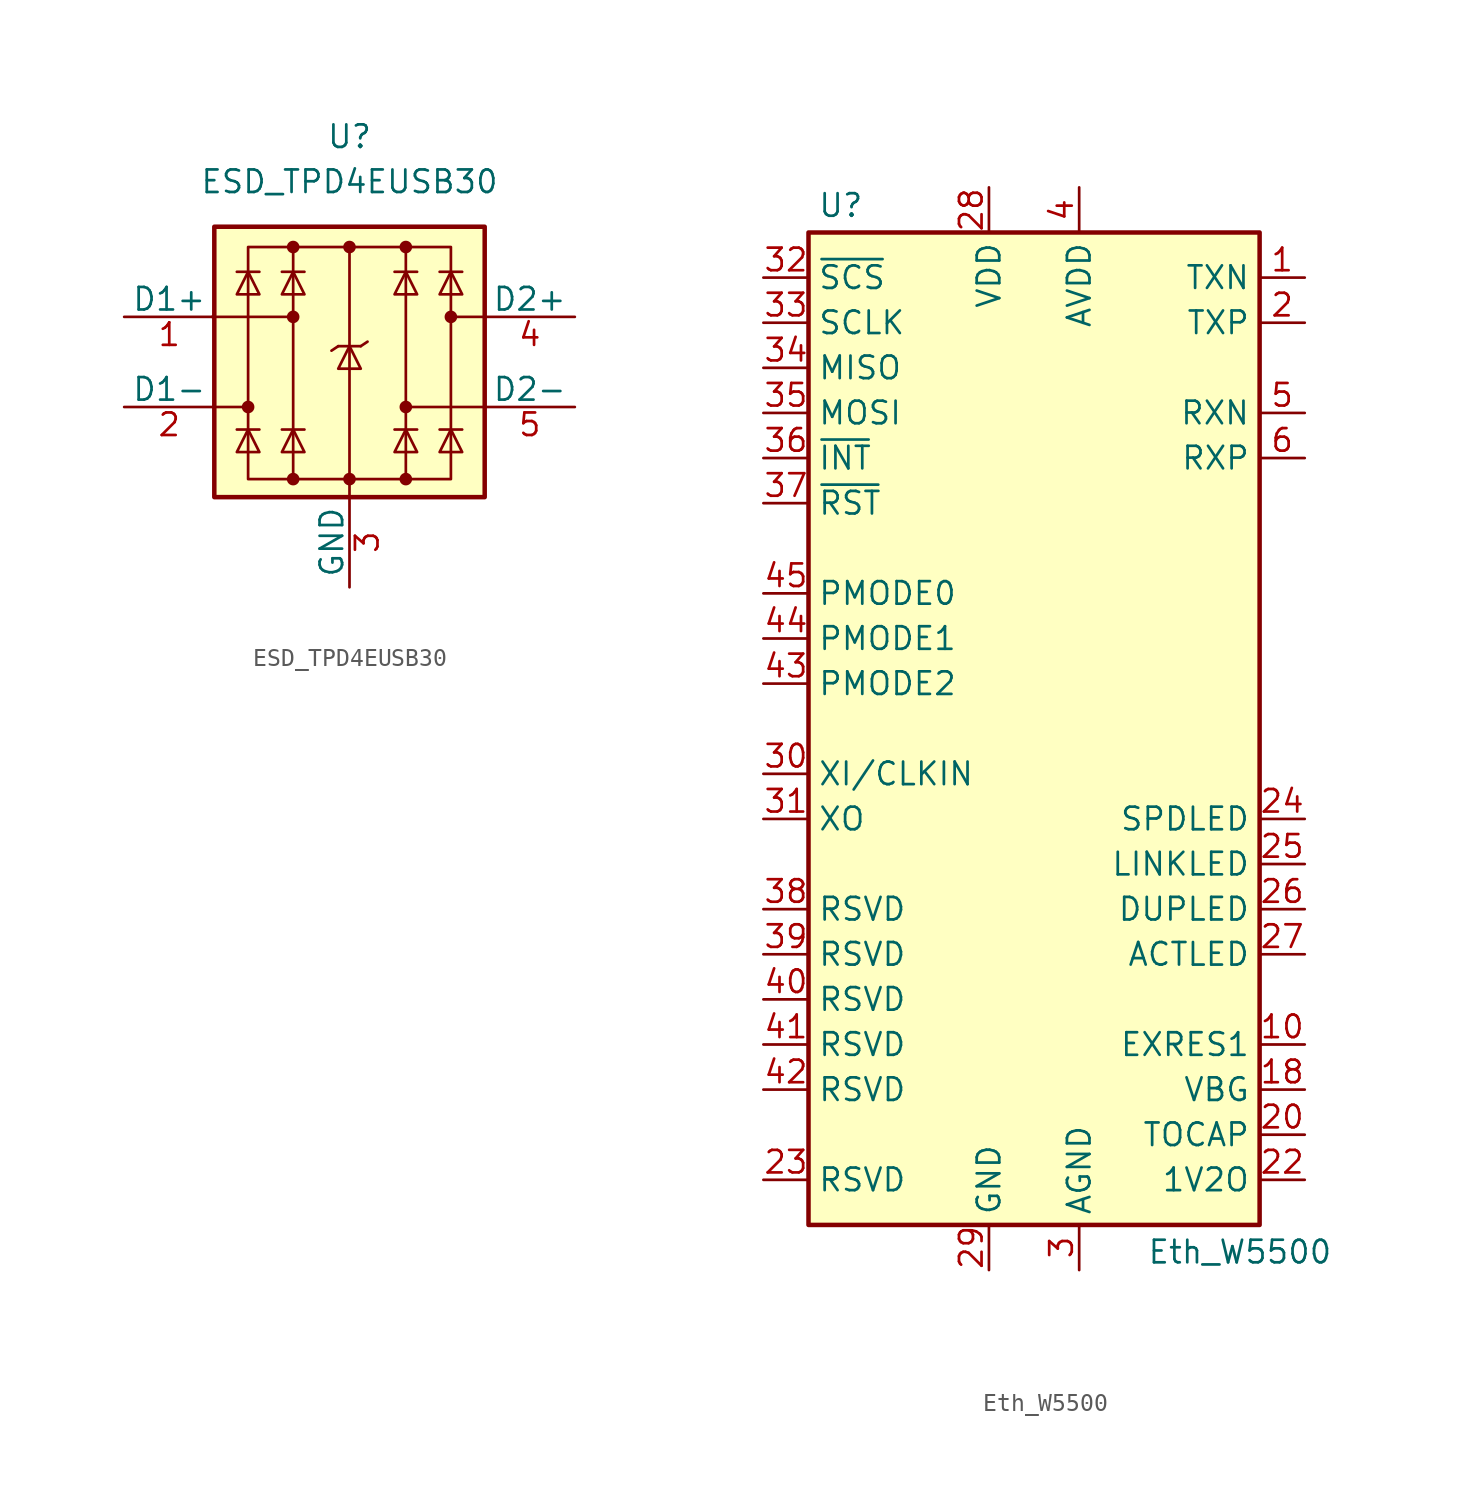
<source format=kicad_sym>
(kicad_symbol_lib
  (version 20241209)
  (generator "kicad_symbol_editor")
  (generator_version "9.0")
  (symbol "ESD_TPD4EUSB30"
    (pin_names
      (offset 0))
    (property "Reference" "U"
      (at 0 12.7 0)
      (effects (font (size 1.27 1.27))))
    (property "Value" "ESD_TPD4EUSB30"
      (at 0 10.16 0)
      (effects (font (size 1.27 1.27))))
    (symbol "ESD_TPD4EUSB30_0_0"
      (rectangle (start -5.715 6.477) (end 5.715 -6.604) (stroke (width 0) (type default)) (fill (type none)))
      (polyline (pts (xy -3.175 -6.604) (xy -3.175 6.477)) (stroke (width 0) (type default)) (fill (type none)))
      (polyline (pts (xy 0 6.477) (xy 0 -6.604)) (stroke (width 0) (type default)) (fill (type none)))
      (polyline (pts (xy 3.175 6.477) (xy 3.175 -6.604)) (stroke (width 0) (type default)) (fill (type none))))
    (symbol "ESD_TPD4EUSB30_0_1"
      (polyline (pts (xy -7.747 2.54) (xy -3.175 2.54)) (stroke (width 0) (type default)) (fill (type none)))
      (rectangle (start -7.62 7.62) (end 7.62 -7.62) (stroke (width 0.254) (type default)) (fill (type background)))
      (polyline (pts (xy -7.62 -2.54) (xy -5.715 -2.54)) (stroke (width 0) (type default)) (fill (type none)))
      (circle (center -5.715 -2.54) (radius 0.279) (stroke (width 0) (type default)) (fill (type outline)))
      (polyline (pts (xy -5.08 5.08) (xy -6.35 5.08)) (stroke (width 0) (type default)) (fill (type none)))
      (polyline (pts (xy -5.08 3.81) (xy -6.35 3.81) (xy -5.715 5.08) (xy -5.08 3.81)) (stroke (width 0) (type default)) (fill (type none)))
      (polyline (pts (xy -5.08 -3.81) (xy -6.35 -3.81)) (stroke (width 0) (type default)) (fill (type none)))
      (polyline (pts (xy -5.08 -5.08) (xy -6.35 -5.08) (xy -5.715 -3.81) (xy -5.08 -5.08)) (stroke (width 0) (type default)) (fill (type none)))
      (circle (center -3.175 6.477) (radius 0.279) (stroke (width 0) (type default)) (fill (type outline)))
      (circle (center -3.175 2.54) (radius 0.279) (stroke (width 0) (type default)) (fill (type outline)))
      (circle (center -3.175 -6.604) (radius 0.279) (stroke (width 0) (type default)) (fill (type outline)))
      (polyline (pts (xy -2.54 5.08) (xy -3.81 5.08)) (stroke (width 0) (type default)) (fill (type none)))
      (polyline (pts (xy -2.54 3.81) (xy -3.81 3.81) (xy -3.175 5.08) (xy -2.54 3.81)) (stroke (width 0) (type default)) (fill (type none)))
      (polyline (pts (xy -2.54 -3.81) (xy -3.81 -3.81)) (stroke (width 0) (type default)) (fill (type none)))
      (polyline (pts (xy -2.54 -5.08) (xy -3.81 -5.08) (xy -3.175 -3.81) (xy -2.54 -5.08)) (stroke (width 0) (type default)) (fill (type none)))
      (polyline (pts (xy -0.635 0.889) (xy -1.016 0.635)) (stroke (width 0) (type default)) (fill (type none)))
      (circle (center 0 6.477) (radius 0.279) (stroke (width 0) (type default)) (fill (type outline)))
      (polyline (pts (xy 0 -6.604) (xy 0 -7.62)) (stroke (width 0) (type default)) (fill (type none)))
      (circle (center 0 -6.604) (radius 0.279) (stroke (width 0) (type default)) (fill (type outline)))
      (polyline (pts (xy 0.635 0.889) (xy -0.635 0.889)) (stroke (width 0) (type default)) (fill (type none)))
      (polyline (pts (xy 0.635 0.889) (xy 1.016 1.143)) (stroke (width 0) (type default)) (fill (type none)))
      (polyline (pts (xy 0.635 -0.381) (xy -0.635 -0.381) (xy 0 0.889) (xy 0.635 -0.381)) (stroke (width 0) (type default)) (fill (type none)))
      (circle (center 3.175 6.477) (radius 0.279) (stroke (width 0) (type default)) (fill (type outline)))
      (circle (center 3.175 -2.54) (radius 0.279) (stroke (width 0) (type default)) (fill (type outline)))
      (circle (center 3.175 -6.604) (radius 0.279) (stroke (width 0) (type default)) (fill (type outline)))
      (polyline (pts (xy 3.81 5.08) (xy 2.54 5.08)) (stroke (width 0) (type default)) (fill (type none)))
      (polyline (pts (xy 3.81 3.81) (xy 2.54 3.81) (xy 3.175 5.08) (xy 3.81 3.81)) (stroke (width 0) (type default)) (fill (type none)))
      (polyline (pts (xy 3.81 -3.81) (xy 2.54 -3.81)) (stroke (width 0) (type default)) (fill (type none)))
      (polyline (pts (xy 3.81 -5.08) (xy 2.54 -5.08) (xy 3.175 -3.81) (xy 3.81 -5.08)) (stroke (width 0) (type default)) (fill (type none)))
      (circle (center 5.715 2.54) (radius 0.279) (stroke (width 0) (type default)) (fill (type outline)))
      (polyline (pts (xy 6.35 5.08) (xy 5.08 5.08)) (stroke (width 0) (type default)) (fill (type none)))
      (polyline (pts (xy 6.35 3.81) (xy 5.08 3.81) (xy 5.715 5.08) (xy 6.35 3.81)) (stroke (width 0) (type default)) (fill (type none)))
      (polyline (pts (xy 6.35 -3.81) (xy 5.08 -3.81)) (stroke (width 0) (type default)) (fill (type none)))
      (polyline (pts (xy 6.35 -5.08) (xy 5.08 -5.08) (xy 5.715 -3.81) (xy 6.35 -5.08)) (stroke (width 0) (type default)) (fill (type none)))
      (polyline (pts (xy 7.62 2.54) (xy 5.715 2.54)) (stroke (width 0) (type default)) (fill (type none)))
      (polyline (pts (xy 7.62 -2.54) (xy 3.175 -2.54)) (stroke (width 0) (type default)) (fill (type none))))
    (symbol "ESD_TPD4EUSB30_1_1"
      (pin passive line (at -12.7 2.54 0) (length 5.08) (name "D1+" (effects (font (size 1.27 1.27)))) (number "1" (effects (font (size 1.27 1.27)))))
      (pin passive line (at -12.7 2.54 0) (length 5.08) (hide yes) (name "~" (effects (font (size 1.27 1.27)))) (number "10" (effects (font (size 1.27 1.27)))))
      (pin passive line (at -12.7 -2.54 0) (length 5.08) (name "D1-" (effects (font (size 1.27 1.27)))) (number "2" (effects (font (size 1.27 1.27)))))
      (pin passive line (at -12.7 -2.54 0) (length 5.08) (hide yes) (name "~" (effects (font (size 1.27 1.27)))) (number "9" (effects (font (size 1.27 1.27)))))
      (pin power_in line (at 0 -12.7 90) (length 5.08) (name "GND" (effects (font (size 1.27 1.27)))) (number "3" (effects (font (size 1.27 1.27)))))
      (pin passive line (at 0 -12.7 90) (length 5.08) (hide yes) (name "GND" (effects (font (size 1.27 1.27)))) (number "8" (effects (font (size 1.27 1.27)))))
      (pin passive line (at 12.7 2.54 180) (length 5.08) (name "D2+" (effects (font (size 1.27 1.27)))) (number "4" (effects (font (size 1.27 1.27)))))
      (pin passive line (at 12.7 2.54 180) (length 5.08) (hide yes) (name "~" (effects (font (size 1.27 1.27)))) (number "7" (effects (font (size 1.27 1.27)))))
      (pin passive line (at 12.7 -2.54 180) (length 5.08) (name "D2-" (effects (font (size 1.27 1.27)))) (number "5" (effects (font (size 1.27 1.27)))))
      (pin passive line (at 12.7 -2.54 180) (length 5.08) (hide yes) (name "~" (effects (font (size 1.27 1.27)))) (number "6" (effects (font (size 1.27 1.27)))))))
  (symbol "Eth_W5500"
    (property "Reference" "U"
      (at -12.192 29.464 0)
      (effects (font (size 1.27 1.27)) (justify left)))
    (property "Value" "Eth_W5500"
      (at 6.35 -29.464 0)
      (effects (font (size 1.27 1.27)) (justify left)))
    (symbol "Eth_W5500_0_1"
      (rectangle (start -12.7 27.94) (end 12.7 -27.94) (stroke (width 0.254) (type default)) (fill (type background))))
    (symbol "Eth_W5500_1_1"
      (pin input line (at -15.24 25.4 0) (length 2.54) (name "~{SCS}" (effects (font (size 1.27 1.27)))) (number "32" (effects (font (size 1.27 1.27)))))
      (pin input line (at -15.24 22.86 0) (length 2.54) (name "SCLK" (effects (font (size 1.27 1.27)))) (number "33" (effects (font (size 1.27 1.27)))))
      (pin output line (at -15.24 20.32 0) (length 2.54) (name "MISO" (effects (font (size 1.27 1.27)))) (number "34" (effects (font (size 1.27 1.27)))))
      (pin input line (at -15.24 17.78 0) (length 2.54) (name "MOSI" (effects (font (size 1.27 1.27)))) (number "35" (effects (font (size 1.27 1.27)))))
      (pin input line (at -15.24 15.24 0) (length 2.54) (name "~{INT}" (effects (font (size 1.27 1.27)))) (number "36" (effects (font (size 1.27 1.27)))))
      (pin input line (at -15.24 12.7 0) (length 2.54) (name "~{RST}" (effects (font (size 1.27 1.27)))) (number "37" (effects (font (size 1.27 1.27)))))
      (pin input line (at -15.24 7.62 0) (length 2.54) (name "PMODE0" (effects (font (size 1.27 1.27)))) (number "45" (effects (font (size 1.27 1.27)))))
      (pin input line (at -15.24 5.08 0) (length 2.54) (name "PMODE1" (effects (font (size 1.27 1.27)))) (number "44" (effects (font (size 1.27 1.27)))))
      (pin input line (at -15.24 2.54 0) (length 2.54) (name "PMODE2" (effects (font (size 1.27 1.27)))) (number "43" (effects (font (size 1.27 1.27)))))
      (pin input line (at -15.24 -2.54 0) (length 2.54) (name "XI/CLKIN" (effects (font (size 1.27 1.27)))) (number "30" (effects (font (size 1.27 1.27)))))
      (pin output line (at -15.24 -5.08 0) (length 2.54) (name "XO" (effects (font (size 1.27 1.27)))) (number "31" (effects (font (size 1.27 1.27)))))
      (pin input line (at -15.24 -10.16 0) (length 2.54) (name "RSVD" (effects (font (size 1.27 1.27)))) (number "38" (effects (font (size 1.27 1.27)))))
      (pin input line (at -15.24 -12.7 0) (length 2.54) (name "RSVD" (effects (font (size 1.27 1.27)))) (number "39" (effects (font (size 1.27 1.27)))))
      (pin input line (at -15.24 -15.24 0) (length 2.54) (name "RSVD" (effects (font (size 1.27 1.27)))) (number "40" (effects (font (size 1.27 1.27)))))
      (pin input line (at -15.24 -17.78 0) (length 2.54) (name "RSVD" (effects (font (size 1.27 1.27)))) (number "41" (effects (font (size 1.27 1.27)))))
      (pin input line (at -15.24 -20.32 0) (length 2.54) (name "RSVD" (effects (font (size 1.27 1.27)))) (number "42" (effects (font (size 1.27 1.27)))))
      (pin input line (at -15.24 -25.4 0) (length 2.54) (name "RSVD" (effects (font (size 1.27 1.27)))) (number "23" (effects (font (size 1.27 1.27)))))
      (pin power_in line (at -2.54 30.48 270) (length 2.54) (name "VDD" (effects (font (size 1.27 1.27)))) (number "28" (effects (font (size 1.27 1.27)))))
      (pin power_in line (at -2.54 -30.48 90) (length 2.54) (name "GND" (effects (font (size 1.27 1.27)))) (number "29" (effects (font (size 1.27 1.27)))))
      (pin passive line (at 2.54 30.48 270) (length 2.54) (hide yes) (name "AVDD" (effects (font (size 1.27 1.27)))) (number "11" (effects (font (size 1.27 1.27)))))
      (pin passive line (at 2.54 30.48 270) (length 2.54) (hide yes) (name "AVDD" (effects (font (size 1.27 1.27)))) (number "15" (effects (font (size 1.27 1.27)))))
      (pin passive line (at 2.54 30.48 270) (length 2.54) (hide yes) (name "AVDD" (effects (font (size 1.27 1.27)))) (number "17" (effects (font (size 1.27 1.27)))))
      (pin passive line (at 2.54 30.48 270) (length 2.54) (hide yes) (name "AVDD" (effects (font (size 1.27 1.27)))) (number "21" (effects (font (size 1.27 1.27)))))
      (pin power_in line (at 2.54 30.48 270) (length 2.54) (name "AVDD" (effects (font (size 1.27 1.27)))) (number "4" (effects (font (size 1.27 1.27)))))
      (pin passive line (at 2.54 30.48 270) (length 2.54) (hide yes) (name "AVDD" (effects (font (size 1.27 1.27)))) (number "8" (effects (font (size 1.27 1.27)))))
      (pin passive line (at 2.54 -30.48 90) (length 2.54) (hide yes) (name "AGND" (effects (font (size 1.27 1.27)))) (number "14" (effects (font (size 1.27 1.27)))))
      (pin passive line (at 2.54 -30.48 90) (length 2.54) (hide yes) (name "AGND" (effects (font (size 1.27 1.27)))) (number "16" (effects (font (size 1.27 1.27)))))
      (pin passive line (at 2.54 -30.48 90) (length 2.54) (hide yes) (name "AGND" (effects (font (size 1.27 1.27)))) (number "19" (effects (font (size 1.27 1.27)))))
      (pin power_in line (at 2.54 -30.48 90) (length 2.54) (name "AGND" (effects (font (size 1.27 1.27)))) (number "3" (effects (font (size 1.27 1.27)))))
      (pin passive line (at 2.54 -30.48 90) (length 2.54) (hide yes) (name "AGND" (effects (font (size 1.27 1.27)))) (number "48" (effects (font (size 1.27 1.27)))))
      (pin passive line (at 2.54 -30.48 90) (length 2.54) (hide yes) (name "AGND" (effects (font (size 1.27 1.27)))) (number "9" (effects (font (size 1.27 1.27)))))
      (pin no_connect line (at 12.7 10.16 180) (length 2.54) (hide yes) (name "DNC" (effects (font (size 1.27 1.27)))) (number "7" (effects (font (size 1.27 1.27)))))
      (pin no_connect line (at 12.7 7.62 180) (length 2.54) (hide yes) (name "NC" (effects (font (size 1.27 1.27)))) (number "12" (effects (font (size 1.27 1.27)))))
      (pin no_connect line (at 12.7 5.08 180) (length 2.54) (hide yes) (name "NC" (effects (font (size 1.27 1.27)))) (number "13" (effects (font (size 1.27 1.27)))))
      (pin no_connect line (at 12.7 2.54 180) (length 2.54) (hide yes) (name "NC" (effects (font (size 1.27 1.27)))) (number "46" (effects (font (size 1.27 1.27)))))
      (pin no_connect line (at 12.7 0 180) (length 2.54) (hide yes) (name "NC" (effects (font (size 1.27 1.27)))) (number "47" (effects (font (size 1.27 1.27)))))
      (pin output line (at 15.24 25.4 180) (length 2.54) (name "TXN" (effects (font (size 1.27 1.27)))) (number "1" (effects (font (size 1.27 1.27)))))
      (pin output line (at 15.24 22.86 180) (length 2.54) (name "TXP" (effects (font (size 1.27 1.27)))) (number "2" (effects (font (size 1.27 1.27)))))
      (pin input line (at 15.24 17.78 180) (length 2.54) (name "RXN" (effects (font (size 1.27 1.27)))) (number "5" (effects (font (size 1.27 1.27)))))
      (pin input line (at 15.24 15.24 180) (length 2.54) (name "RXP" (effects (font (size 1.27 1.27)))) (number "6" (effects (font (size 1.27 1.27)))))
      (pin output line (at 15.24 -5.08 180) (length 2.54) (name "SPDLED" (effects (font (size 1.27 1.27)))) (number "24" (effects (font (size 1.27 1.27)))))
      (pin output line (at 15.24 -7.62 180) (length 2.54) (name "LINKLED" (effects (font (size 1.27 1.27)))) (number "25" (effects (font (size 1.27 1.27)))))
      (pin output line (at 15.24 -10.16 180) (length 2.54) (name "DUPLED" (effects (font (size 1.27 1.27)))) (number "26" (effects (font (size 1.27 1.27)))))
      (pin output line (at 15.24 -12.7 180) (length 2.54) (name "ACTLED" (effects (font (size 1.27 1.27)))) (number "27" (effects (font (size 1.27 1.27)))))
      (pin passive line (at 15.24 -17.78 180) (length 2.54) (name "EXRES1" (effects (font (size 1.27 1.27)))) (number "10" (effects (font (size 1.27 1.27)))))
      (pin passive line (at 15.24 -20.32 180) (length 2.54) (name "VBG" (effects (font (size 1.27 1.27)))) (number "18" (effects (font (size 1.27 1.27)))))
      (pin passive line (at 15.24 -22.86 180) (length 2.54) (name "TOCAP" (effects (font (size 1.27 1.27)))) (number "20" (effects (font (size 1.27 1.27)))))
      (pin output line (at 15.24 -25.4 180) (length 2.54) (name "1V2O" (effects (font (size 1.27 1.27)))) (number "22" (effects (font (size 1.27 1.27))))))))
</source>
